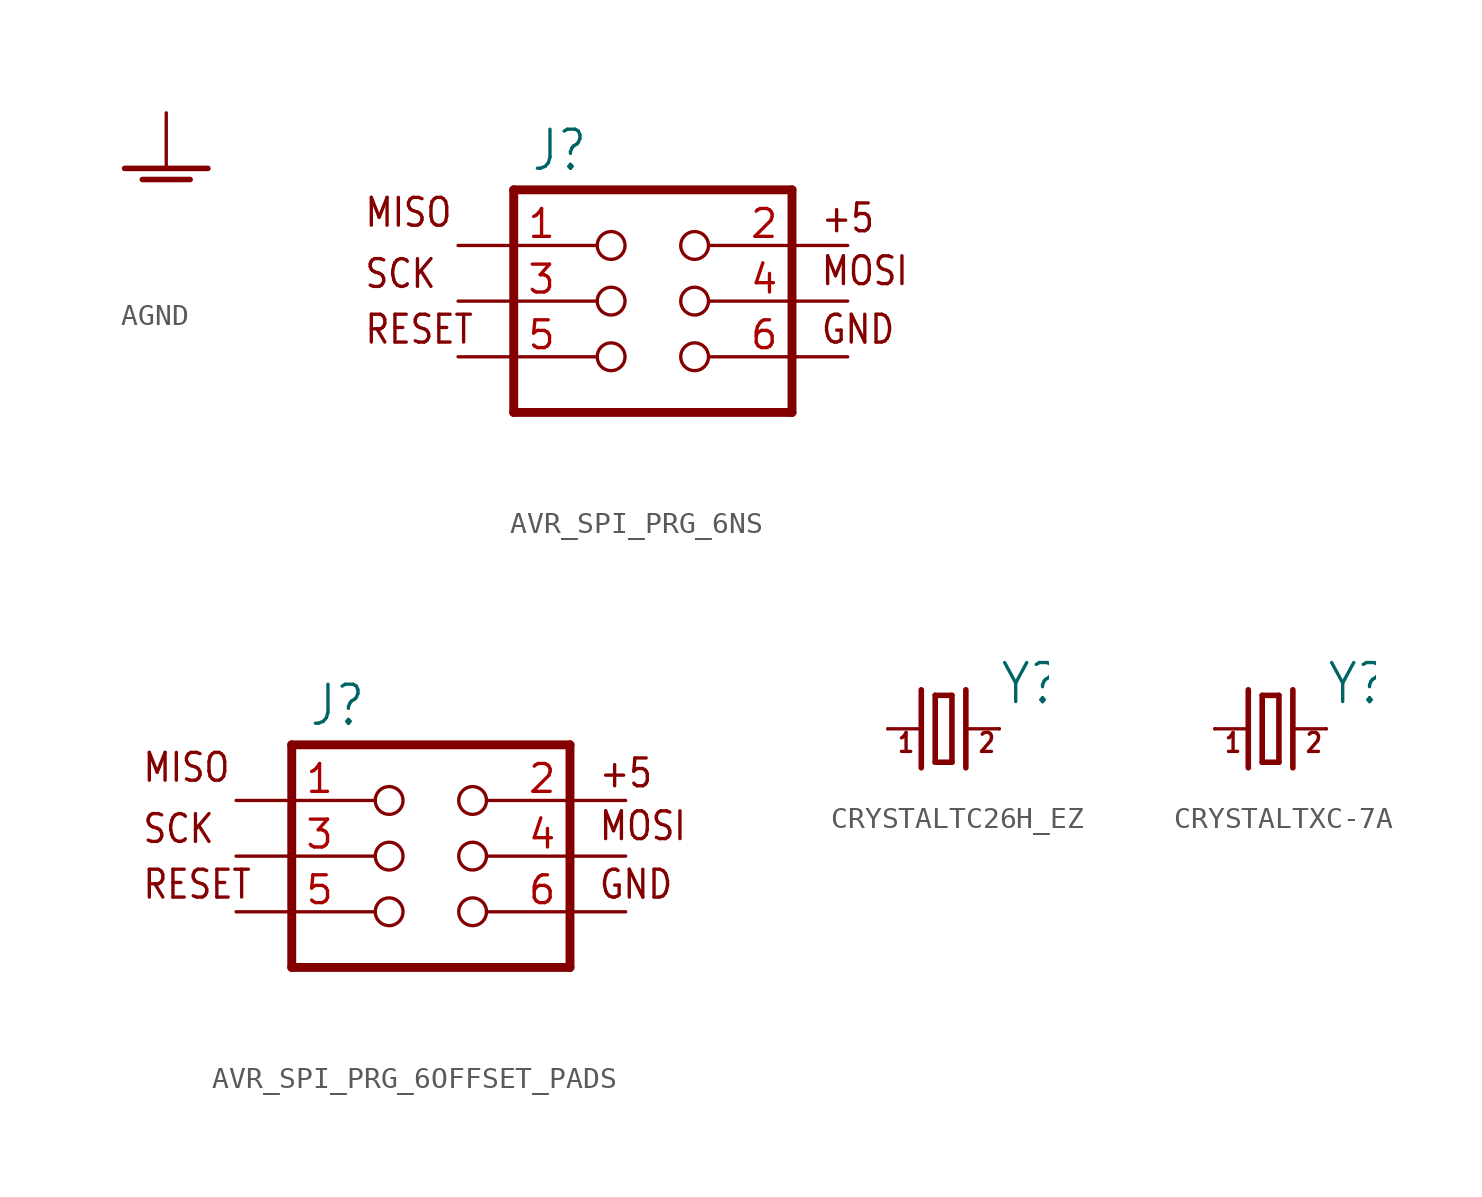
<source format=kicad_sym>
(kicad_symbol_lib
  (version 20231120)
  (generator "kicad_symbol_editor")
  (generator_version "8.0")
  (symbol "AGND"
    (power)
    (property "Reference" "#AGND"
      (at 0 0 0)
      (effects (font (size 1.27 1.27)) (hide yes)))
    (property "Value" ""
      (at -2.54 -5.08 90)
      (effects (font (size 1.778 1.511)) (justify left bottom)))
    (property "ki_locked" ""
      (at 0 0 0)
      (effects (font (size 1.27 1.27))))
    (symbol "AGND_1_0"
      (polyline (pts (xy -1.905 0) (xy 1.905 0)) (stroke (width 0.254) (type solid)) (fill (type none)))
      (polyline (pts (xy -1.092 -0.508) (xy 1.092 -0.508)) (stroke (width 0.254) (type solid)) (fill (type none)))
      (pin power_in line (at 0 2.54 270) (length 2.54) (name "AGND" (effects (font (size 0 0)))) (number "1" (effects (font (size 0 0)))))))
  (symbol "AVR_SPI_PRG_6NS"
    (property "Reference" "J"
      (at -4.318 5.842 0)
      (effects (font (size 1.778 1.511)) (justify left bottom)))
    (property "Value" ""
      (at -4.064 -7.62 0)
      (effects (font (size 1.778 1.511)) (justify left bottom)))
    (property "ki_locked" ""
      (at 0 0 0)
      (effects (font (size 1.27 1.27))))
    (symbol "AVR_SPI_PRG_6NS_1_0"
      (polyline (pts (xy -5.08 -5.08) (xy 7.62 -5.08)) (stroke (width 0.406) (type solid)) (fill (type none)))
      (polyline (pts (xy -5.08 5.08) (xy -5.08 -5.08)) (stroke (width 0.406) (type solid)) (fill (type none)))
      (polyline (pts (xy 7.62 -5.08) (xy 7.62 5.08)) (stroke (width 0.406) (type solid)) (fill (type none)))
      (polyline (pts (xy 7.62 5.08) (xy -5.08 5.08)) (stroke (width 0.406) (type solid)) (fill (type none)))
      (text "+5" (at 8.89 3.048 0) (effects (font (size 1.27 1.079)) (justify left bottom)))
      (text "GND" (at 8.89 -2.032 0) (effects (font (size 1.27 1.079)) (justify left bottom)))
      (text "MISO" (at -11.938 3.302 0) (effects (font (size 1.27 1.079)) (justify left bottom)))
      (text "MOSI" (at 8.89 0.635 0) (effects (font (size 1.27 1.079)) (justify left bottom)))
      (text "RESET" (at -11.938 -2.032 0) (effects (font (size 1.27 1.079)) (justify left bottom)))
      (text "SCK" (at -11.938 0.508 0) (effects (font (size 1.27 1.079)) (justify left bottom)))
      (pin passive inverted (at -7.62 2.54 0) (length 7.62) (name "1" (effects (font (size 0 0)))) (number "1" (effects (font (size 1.27 1.27)))))
      (pin passive inverted (at 10.16 2.54 180) (length 7.62) (name "2" (effects (font (size 0 0)))) (number "2" (effects (font (size 1.27 1.27)))))
      (pin passive inverted (at -7.62 0 0) (length 7.62) (name "3" (effects (font (size 0 0)))) (number "3" (effects (font (size 1.27 1.27)))))
      (pin passive inverted (at 10.16 0 180) (length 7.62) (name "4" (effects (font (size 0 0)))) (number "4" (effects (font (size 1.27 1.27)))))
      (pin passive inverted (at -7.62 -2.54 0) (length 7.62) (name "5" (effects (font (size 0 0)))) (number "5" (effects (font (size 1.27 1.27)))))
      (pin passive inverted (at 10.16 -2.54 180) (length 7.62) (name "6" (effects (font (size 0 0)))) (number "6" (effects (font (size 1.27 1.27)))))))
  (symbol "AVR_SPI_PRG_6OFFSET_PADS"
    (property "Reference" "J"
      (at -4.318 5.842 0)
      (effects (font (size 1.778 1.511)) (justify left bottom)))
    (property "Value" ""
      (at -4.064 -7.62 0)
      (effects (font (size 1.778 1.511)) (justify left bottom)))
    (property "ki_locked" ""
      (at 0 0 0)
      (effects (font (size 1.27 1.27))))
    (symbol "AVR_SPI_PRG_6OFFSET_PADS_1_0"
      (polyline (pts (xy -5.08 -5.08) (xy 7.62 -5.08)) (stroke (width 0.406) (type solid)) (fill (type none)))
      (polyline (pts (xy -5.08 5.08) (xy -5.08 -5.08)) (stroke (width 0.406) (type solid)) (fill (type none)))
      (polyline (pts (xy 7.62 -5.08) (xy 7.62 5.08)) (stroke (width 0.406) (type solid)) (fill (type none)))
      (polyline (pts (xy 7.62 5.08) (xy -5.08 5.08)) (stroke (width 0.406) (type solid)) (fill (type none)))
      (text "+5" (at 8.89 3.048 0) (effects (font (size 1.27 1.079)) (justify left bottom)))
      (text "GND" (at 8.89 -2.032 0) (effects (font (size 1.27 1.079)) (justify left bottom)))
      (text "MISO" (at -11.938 3.302 0) (effects (font (size 1.27 1.079)) (justify left bottom)))
      (text "MOSI" (at 8.89 0.635 0) (effects (font (size 1.27 1.079)) (justify left bottom)))
      (text "RESET" (at -11.938 -2.032 0) (effects (font (size 1.27 1.079)) (justify left bottom)))
      (text "SCK" (at -11.938 0.508 0) (effects (font (size 1.27 1.079)) (justify left bottom)))
      (pin passive inverted (at -7.62 2.54 0) (length 7.62) (name "1" (effects (font (size 0 0)))) (number "1" (effects (font (size 1.27 1.27)))))
      (pin passive inverted (at 10.16 2.54 180) (length 7.62) (name "2" (effects (font (size 0 0)))) (number "2" (effects (font (size 1.27 1.27)))))
      (pin passive inverted (at -7.62 0 0) (length 7.62) (name "3" (effects (font (size 0 0)))) (number "3" (effects (font (size 1.27 1.27)))))
      (pin passive inverted (at 10.16 0 180) (length 7.62) (name "4" (effects (font (size 0 0)))) (number "4" (effects (font (size 1.27 1.27)))))
      (pin passive inverted (at -7.62 -2.54 0) (length 7.62) (name "5" (effects (font (size 0 0)))) (number "5" (effects (font (size 1.27 1.27)))))
      (pin passive inverted (at 10.16 -2.54 180) (length 7.62) (name "6" (effects (font (size 0 0)))) (number "6" (effects (font (size 1.27 1.27)))))))
  (symbol "CRYSTALTC26H_EZ"
    (property "Reference" "Y"
      (at 2.54 1.016 0)
      (effects (font (size 1.778 1.511)) (justify left bottom)))
    (property "Value" ""
      (at 2.54 -2.54 0)
      (effects (font (size 1.778 1.511)) (justify left bottom)))
    (property "ki_locked" ""
      (at 0 0 0)
      (effects (font (size 1.27 1.27))))
    (symbol "CRYSTALTC26H_EZ_1_0"
      (polyline (pts (xy -2.54 0) (xy -1.016 0)) (stroke (width 0.152) (type solid)) (fill (type none)))
      (polyline (pts (xy -1.016 1.778) (xy -1.016 -1.778)) (stroke (width 0.254) (type solid)) (fill (type none)))
      (polyline (pts (xy -0.381 -1.524) (xy 0.381 -1.524)) (stroke (width 0.254) (type solid)) (fill (type none)))
      (polyline (pts (xy -0.381 1.524) (xy -0.381 -1.524)) (stroke (width 0.254) (type solid)) (fill (type none)))
      (polyline (pts (xy 0.381 -1.524) (xy 0.381 1.524)) (stroke (width 0.254) (type solid)) (fill (type none)))
      (polyline (pts (xy 0.381 1.524) (xy -0.381 1.524)) (stroke (width 0.254) (type solid)) (fill (type none)))
      (polyline (pts (xy 1.016 0) (xy 2.54 0)) (stroke (width 0.152) (type solid)) (fill (type none)))
      (polyline (pts (xy 1.016 1.778) (xy 1.016 -1.778)) (stroke (width 0.254) (type solid)) (fill (type none)))
      (text "1" (at -2.159 -1.143 0) (effects (font (size 0.864 0.734)) (justify left bottom)))
      (text "2" (at 1.524 -1.143 0) (effects (font (size 0.864 0.734)) (justify left bottom)))
      (pin passive line (at -2.54 0 0) (length 0) (name "1" (effects (font (size 0 0)))) (number "1" (effects (font (size 0 0)))))
      (pin passive line (at 2.54 0 180) (length 0) (name "2" (effects (font (size 0 0)))) (number "2" (effects (font (size 0 0)))))))
  (symbol "CRYSTALTXC-7A"
    (property "Reference" "Y"
      (at 2.54 1.016 0)
      (effects (font (size 1.778 1.511)) (justify left bottom)))
    (property "Value" ""
      (at 2.54 -2.54 0)
      (effects (font (size 1.778 1.511)) (justify left bottom)))
    (property "ki_locked" ""
      (at 0 0 0)
      (effects (font (size 1.27 1.27))))
    (symbol "CRYSTALTXC-7A_1_0"
      (polyline (pts (xy -2.54 0) (xy -1.016 0)) (stroke (width 0.152) (type solid)) (fill (type none)))
      (polyline (pts (xy -1.016 1.778) (xy -1.016 -1.778)) (stroke (width 0.254) (type solid)) (fill (type none)))
      (polyline (pts (xy -0.381 -1.524) (xy 0.381 -1.524)) (stroke (width 0.254) (type solid)) (fill (type none)))
      (polyline (pts (xy -0.381 1.524) (xy -0.381 -1.524)) (stroke (width 0.254) (type solid)) (fill (type none)))
      (polyline (pts (xy 0.381 -1.524) (xy 0.381 1.524)) (stroke (width 0.254) (type solid)) (fill (type none)))
      (polyline (pts (xy 0.381 1.524) (xy -0.381 1.524)) (stroke (width 0.254) (type solid)) (fill (type none)))
      (polyline (pts (xy 1.016 0) (xy 2.54 0)) (stroke (width 0.152) (type solid)) (fill (type none)))
      (polyline (pts (xy 1.016 1.778) (xy 1.016 -1.778)) (stroke (width 0.254) (type solid)) (fill (type none)))
      (text "1" (at -2.159 -1.143 0) (effects (font (size 0.864 0.734)) (justify left bottom)))
      (text "2" (at 1.524 -1.143 0) (effects (font (size 0.864 0.734)) (justify left bottom)))
      (pin passive line (at -2.54 0 0) (length 0) (name "1" (effects (font (size 0 0)))) (number "P$1" (effects (font (size 0 0)))))
      (pin passive line (at 2.54 0 180) (length 0) (name "2" (effects (font (size 0 0)))) (number "P$2" (effects (font (size 0 0))))))))
</source>
